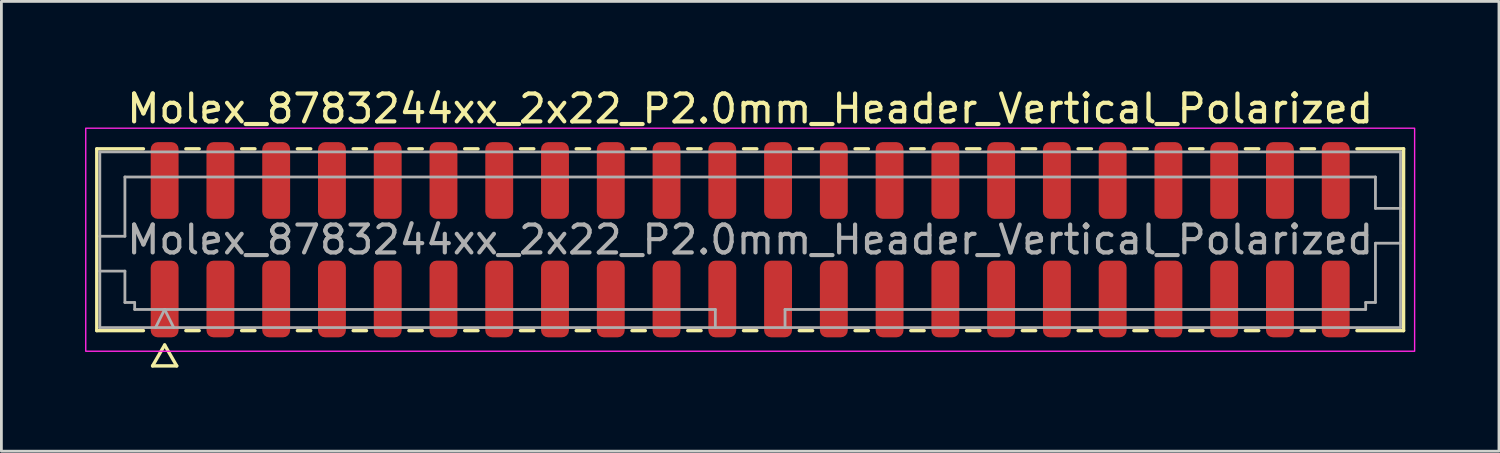
<source format=kicad_pcb>
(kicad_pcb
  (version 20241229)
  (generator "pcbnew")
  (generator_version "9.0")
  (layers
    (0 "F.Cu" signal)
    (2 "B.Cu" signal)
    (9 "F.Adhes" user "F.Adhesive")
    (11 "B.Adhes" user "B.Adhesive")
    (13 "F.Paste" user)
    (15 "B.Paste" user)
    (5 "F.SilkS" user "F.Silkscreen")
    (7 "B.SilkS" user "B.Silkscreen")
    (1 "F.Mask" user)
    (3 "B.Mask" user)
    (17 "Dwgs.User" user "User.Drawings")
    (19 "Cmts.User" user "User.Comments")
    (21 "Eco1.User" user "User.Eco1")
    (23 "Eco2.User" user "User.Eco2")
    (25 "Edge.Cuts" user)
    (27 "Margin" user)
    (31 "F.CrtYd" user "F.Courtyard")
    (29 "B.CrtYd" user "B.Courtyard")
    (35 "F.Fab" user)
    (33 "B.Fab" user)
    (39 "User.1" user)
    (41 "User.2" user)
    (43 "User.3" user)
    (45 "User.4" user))
  (footprint "Molex_8783244xx_2x22_P2.0mm_Header_Vertical_Polarized"
    (layer "F.Cu")
    (at 23.855 5.548)
    (property "Reference" "Molex_8783244xx_2x22_P2.0mm_Header_Vertical_Polarized" (at 0 -4.7 0) (layer "F.SilkS") (effects (font (size 1 1) (thickness 0.15))))
    (attr smd)
    (fp_line (start -23.435 -3.26) (end -21.76 -3.26) (stroke (width 0.12) (type solid)) (layer "F.SilkS"))
    (fp_line (start -23.435 3.26) (end -23.435 -3.26) (stroke (width 0.12) (type solid)) (layer "F.SilkS"))
    (fp_line (start -21.76 3.26) (end -23.435 3.26) (stroke (width 0.12) (type solid)) (layer "F.SilkS"))
    (fp_line (start -21.433 4.525) (end -21 3.775) (stroke (width 0.12) (type solid)) (layer "F.SilkS"))
    (fp_line (start -21 3.775) (end -20.567 4.525) (stroke (width 0.12) (type solid)) (layer "F.SilkS"))
    (fp_line (start -20.567 4.525) (end -21.433 4.525) (stroke (width 0.12) (type solid)) (layer "F.SilkS"))
    (fp_line (start -20.24 -3.26) (end -19.76 -3.26) (stroke (width 0.12) (type solid)) (layer "F.SilkS"))
    (fp_line (start -19.76 3.26) (end -20.24 3.26) (stroke (width 0.12) (type solid)) (layer "F.SilkS"))
    (fp_line (start -18.24 -3.26) (end -17.76 -3.26) (stroke (width 0.12) (type solid)) (layer "F.SilkS"))
    (fp_line (start -17.76 3.26) (end -18.24 3.26) (stroke (width 0.12) (type solid)) (layer "F.SilkS"))
    (fp_line (start -16.24 -3.26) (end -15.76 -3.26) (stroke (width 0.12) (type solid)) (layer "F.SilkS"))
    (fp_line (start -15.76 3.26) (end -16.24 3.26) (stroke (width 0.12) (type solid)) (layer "F.SilkS"))
    (fp_line (start -14.24 -3.26) (end -13.76 -3.26) (stroke (width 0.12) (type solid)) (layer "F.SilkS"))
    (fp_line (start -13.76 3.26) (end -14.24 3.26) (stroke (width 0.12) (type solid)) (layer "F.SilkS"))
    (fp_line (start -12.24 -3.26) (end -11.76 -3.26) (stroke (width 0.12) (type solid)) (layer "F.SilkS"))
    (fp_line (start -11.76 3.26) (end -12.24 3.26) (stroke (width 0.12) (type solid)) (layer "F.SilkS"))
    (fp_line (start -10.24 -3.26) (end -9.76 -3.26) (stroke (width 0.12) (type solid)) (layer "F.SilkS"))
    (fp_line (start -9.76 3.26) (end -10.24 3.26) (stroke (width 0.12) (type solid)) (layer "F.SilkS"))
    (fp_line (start -8.24 -3.26) (end -7.76 -3.26) (stroke (width 0.12) (type solid)) (layer "F.SilkS"))
    (fp_line (start -7.76 3.26) (end -8.24 3.26) (stroke (width 0.12) (type solid)) (layer "F.SilkS"))
    (fp_line (start -6.24 -3.26) (end -5.76 -3.26) (stroke (width 0.12) (type solid)) (layer "F.SilkS"))
    (fp_line (start -5.76 3.26) (end -6.24 3.26) (stroke (width 0.12) (type solid)) (layer "F.SilkS"))
    (fp_line (start -4.24 -3.26) (end -3.76 -3.26) (stroke (width 0.12) (type solid)) (layer "F.SilkS"))
    (fp_line (start -3.76 3.26) (end -4.24 3.26) (stroke (width 0.12) (type solid)) (layer "F.SilkS"))
    (fp_line (start -2.24 -3.26) (end -1.76 -3.26) (stroke (width 0.12) (type solid)) (layer "F.SilkS"))
    (fp_line (start -1.76 3.26) (end -2.24 3.26) (stroke (width 0.12) (type solid)) (layer "F.SilkS"))
    (fp_line (start -0.24 -3.26) (end 0.24 -3.26) (stroke (width 0.12) (type solid)) (layer "F.SilkS"))
    (fp_line (start 0.24 3.26) (end -0.24 3.26) (stroke (width 0.12) (type solid)) (layer "F.SilkS"))
    (fp_line (start 1.76 -3.26) (end 2.24 -3.26) (stroke (width 0.12) (type solid)) (layer "F.SilkS"))
    (fp_line (start 2.24 3.26) (end 1.76 3.26) (stroke (width 0.12) (type solid)) (layer "F.SilkS"))
    (fp_line (start 3.76 -3.26) (end 4.24 -3.26) (stroke (width 0.12) (type solid)) (layer "F.SilkS"))
    (fp_line (start 4.24 3.26) (end 3.76 3.26) (stroke (width 0.12) (type solid)) (layer "F.SilkS"))
    (fp_line (start 5.76 -3.26) (end 6.24 -3.26) (stroke (width 0.12) (type solid)) (layer "F.SilkS"))
    (fp_line (start 6.24 3.26) (end 5.76 3.26) (stroke (width 0.12) (type solid)) (layer "F.SilkS"))
    (fp_line (start 7.76 -3.26) (end 8.24 -3.26) (stroke (width 0.12) (type solid)) (layer "F.SilkS"))
    (fp_line (start 8.24 3.26) (end 7.76 3.26) (stroke (width 0.12) (type solid)) (layer "F.SilkS"))
    (fp_line (start 9.76 -3.26) (end 10.24 -3.26) (stroke (width 0.12) (type solid)) (layer "F.SilkS"))
    (fp_line (start 10.24 3.26) (end 9.76 3.26) (stroke (width 0.12) (type solid)) (layer "F.SilkS"))
    (fp_line (start 11.76 -3.26) (end 12.24 -3.26) (stroke (width 0.12) (type solid)) (layer "F.SilkS"))
    (fp_line (start 12.24 3.26) (end 11.76 3.26) (stroke (width 0.12) (type solid)) (layer "F.SilkS"))
    (fp_line (start 13.76 -3.26) (end 14.24 -3.26) (stroke (width 0.12) (type solid)) (layer "F.SilkS"))
    (fp_line (start 14.24 3.26) (end 13.76 3.26) (stroke (width 0.12) (type solid)) (layer "F.SilkS"))
    (fp_line (start 15.76 -3.26) (end 16.24 -3.26) (stroke (width 0.12) (type solid)) (layer "F.SilkS"))
    (fp_line (start 16.24 3.26) (end 15.76 3.26) (stroke (width 0.12) (type solid)) (layer "F.SilkS"))
    (fp_line (start 17.76 -3.26) (end 18.24 -3.26) (stroke (width 0.12) (type solid)) (layer "F.SilkS"))
    (fp_line (start 18.24 3.26) (end 17.76 3.26) (stroke (width 0.12) (type solid)) (layer "F.SilkS"))
    (fp_line (start 19.76 -3.26) (end 20.24 -3.26) (stroke (width 0.12) (type solid)) (layer "F.SilkS"))
    (fp_line (start 20.24 3.26) (end 19.76 3.26) (stroke (width 0.12) (type solid)) (layer "F.SilkS"))
    (fp_line (start 21.76 -3.26) (end 23.435 -3.26) (stroke (width 0.12) (type solid)) (layer "F.SilkS"))
    (fp_line (start 23.435 -3.26) (end 23.435 3.26) (stroke (width 0.12) (type solid)) (layer "F.SilkS"))
    (fp_line (start 23.435 3.26) (end 21.76 3.26) (stroke (width 0.12) (type solid)) (layer "F.SilkS"))
    (fp_rect (start -23.83 -4) (end 23.83 4) (stroke (width 0.05) (type solid)) (fill no) (layer "F.CrtYd"))
    (fp_line (start -23.325 -3.15) (end 23.325 -3.15) (stroke (width 0.1) (type solid)) (layer "F.Fab"))
    (fp_line (start -23.325 -0.125) (end -22.425 -0.125) (stroke (width 0.1) (type solid)) (layer "F.Fab"))
    (fp_line (start -23.325 1.125) (end -22.425 1.125) (stroke (width 0.1) (type solid)) (layer "F.Fab"))
    (fp_line (start -23.325 3.15) (end -23.325 -3.15) (stroke (width 0.1) (type solid)) (layer "F.Fab"))
    (fp_line (start -22.425 -2.25) (end 22.425 -2.25) (stroke (width 0.1) (type solid)) (layer "F.Fab"))
    (fp_line (start -22.425 -0.125) (end -22.425 -2.25) (stroke (width 0.1) (type solid)) (layer "F.Fab"))
    (fp_line (start -22.425 1.125) (end -22.425 2.25) (stroke (width 0.1) (type solid)) (layer "F.Fab"))
    (fp_line (start -22.425 2.25) (end -22.075 2.25) (stroke (width 0.1) (type solid)) (layer "F.Fab"))
    (fp_line (start -22.075 2.25) (end -22.075 2.5) (stroke (width 0.1) (type solid)) (layer "F.Fab"))
    (fp_line (start -22.075 2.5) (end -1.25 2.5) (stroke (width 0.1) (type solid)) (layer "F.Fab"))
    (fp_line (start -21.325 3.15) (end -21 2.5) (stroke (width 0.1) (type solid)) (layer "F.Fab"))
    (fp_line (start -21 2.5) (end -20.675 3.15) (stroke (width 0.1) (type solid)) (layer "F.Fab"))
    (fp_line (start -1.25 2.5) (end -1.25 3.15) (stroke (width 0.1) (type solid)) (layer "F.Fab"))
    (fp_line (start 1.25 2.5) (end 1.25 3.15) (stroke (width 0.1) (type solid)) (layer "F.Fab"))
    (fp_line (start 1.25 2.5) (end 22.075 2.5) (stroke (width 0.1) (type solid)) (layer "F.Fab"))
    (fp_line (start 22.075 2.25) (end 22.425 2.25) (stroke (width 0.1) (type solid)) (layer "F.Fab"))
    (fp_line (start 22.075 2.5) (end 22.075 2.25) (stroke (width 0.1) (type solid)) (layer "F.Fab"))
    (fp_line (start 22.425 -2.25) (end 22.425 -1.125) (stroke (width 0.1) (type solid)) (layer "F.Fab"))
    (fp_line (start 22.425 -1.125) (end 23.325 -1.125) (stroke (width 0.1) (type solid)) (layer "F.Fab"))
    (fp_line (start 22.425 0.125) (end 23.325 0.125) (stroke (width 0.1) (type solid)) (layer "F.Fab"))
    (fp_line (start 22.425 2.25) (end 22.425 0.125) (stroke (width 0.1) (type solid)) (layer "F.Fab"))
    (fp_line (start 23.325 -3.15) (end 23.325 3.15) (stroke (width 0.1) (type solid)) (layer "F.Fab"))
    (fp_line (start 23.325 3.15) (end -23.325 3.15) (stroke (width 0.1) (type solid)) (layer "F.Fab"))
    (fp_text user "${REFERENCE}" (at 0 0 0) (layer "F.Fab") (effects (font (size 1 1) (thickness 0.15))))
    (pad "1" smd roundrect (at -21 2.125) (size 1 2.75) (layers "F.Cu" "F.Mask" "F.Paste") (roundrect_rratio 0.25))
    (pad "2" smd roundrect (at -21 -2.125) (size 1 2.75) (layers "F.Cu" "F.Mask" "F.Paste") (roundrect_rratio 0.25))
    (pad "3" smd roundrect (at -19 2.125) (size 1 2.75) (layers "F.Cu" "F.Mask" "F.Paste") (roundrect_rratio 0.25))
    (pad "4" smd roundrect (at -19 -2.125) (size 1 2.75) (layers "F.Cu" "F.Mask" "F.Paste") (roundrect_rratio 0.25))
    (pad "5" smd roundrect (at -17 2.125) (size 1 2.75) (layers "F.Cu" "F.Mask" "F.Paste") (roundrect_rratio 0.25))
    (pad "6" smd roundrect (at -17 -2.125) (size 1 2.75) (layers "F.Cu" "F.Mask" "F.Paste") (roundrect_rratio 0.25))
    (pad "7" smd roundrect (at -15 2.125) (size 1 2.75) (layers "F.Cu" "F.Mask" "F.Paste") (roundrect_rratio 0.25))
    (pad "8" smd roundrect (at -15 -2.125) (size 1 2.75) (layers "F.Cu" "F.Mask" "F.Paste") (roundrect_rratio 0.25))
    (pad "9" smd roundrect (at -13 2.125) (size 1 2.75) (layers "F.Cu" "F.Mask" "F.Paste") (roundrect_rratio 0.25))
    (pad "10" smd roundrect (at -13 -2.125) (size 1 2.75) (layers "F.Cu" "F.Mask" "F.Paste") (roundrect_rratio 0.25))
    (pad "11" smd roundrect (at -11 2.125) (size 1 2.75) (layers "F.Cu" "F.Mask" "F.Paste") (roundrect_rratio 0.25))
    (pad "12" smd roundrect (at -11 -2.125) (size 1 2.75) (layers "F.Cu" "F.Mask" "F.Paste") (roundrect_rratio 0.25))
    (pad "13" smd roundrect (at -9 2.125) (size 1 2.75) (layers "F.Cu" "F.Mask" "F.Paste") (roundrect_rratio 0.25))
    (pad "14" smd roundrect (at -9 -2.125) (size 1 2.75) (layers "F.Cu" "F.Mask" "F.Paste") (roundrect_rratio 0.25))
    (pad "15" smd roundrect (at -7 2.125) (size 1 2.75) (layers "F.Cu" "F.Mask" "F.Paste") (roundrect_rratio 0.25))
    (pad "16" smd roundrect (at -7 -2.125) (size 1 2.75) (layers "F.Cu" "F.Mask" "F.Paste") (roundrect_rratio 0.25))
    (pad "17" smd roundrect (at -5 2.125) (size 1 2.75) (layers "F.Cu" "F.Mask" "F.Paste") (roundrect_rratio 0.25))
    (pad "18" smd roundrect (at -5 -2.125) (size 1 2.75) (layers "F.Cu" "F.Mask" "F.Paste") (roundrect_rratio 0.25))
    (pad "19" smd roundrect (at -3 2.125) (size 1 2.75) (layers "F.Cu" "F.Mask" "F.Paste") (roundrect_rratio 0.25))
    (pad "20" smd roundrect (at -3 -2.125) (size 1 2.75) (layers "F.Cu" "F.Mask" "F.Paste") (roundrect_rratio 0.25))
    (pad "21" smd roundrect (at -1 2.125) (size 1 2.75) (layers "F.Cu" "F.Mask" "F.Paste") (roundrect_rratio 0.25))
    (pad "22" smd roundrect (at -1 -2.125) (size 1 2.75) (layers "F.Cu" "F.Mask" "F.Paste") (roundrect_rratio 0.25))
    (pad "23" smd roundrect (at 1 2.125) (size 1 2.75) (layers "F.Cu" "F.Mask" "F.Paste") (roundrect_rratio 0.25))
    (pad "24" smd roundrect (at 1 -2.125) (size 1 2.75) (layers "F.Cu" "F.Mask" "F.Paste") (roundrect_rratio 0.25))
    (pad "25" smd roundrect (at 3 2.125) (size 1 2.75) (layers "F.Cu" "F.Mask" "F.Paste") (roundrect_rratio 0.25))
    (pad "26" smd roundrect (at 3 -2.125) (size 1 2.75) (layers "F.Cu" "F.Mask" "F.Paste") (roundrect_rratio 0.25))
    (pad "27" smd roundrect (at 5 2.125) (size 1 2.75) (layers "F.Cu" "F.Mask" "F.Paste") (roundrect_rratio 0.25))
    (pad "28" smd roundrect (at 5 -2.125) (size 1 2.75) (layers "F.Cu" "F.Mask" "F.Paste") (roundrect_rratio 0.25))
    (pad "29" smd roundrect (at 7 2.125) (size 1 2.75) (layers "F.Cu" "F.Mask" "F.Paste") (roundrect_rratio 0.25))
    (pad "30" smd roundrect (at 7 -2.125) (size 1 2.75) (layers "F.Cu" "F.Mask" "F.Paste") (roundrect_rratio 0.25))
    (pad "31" smd roundrect (at 9 2.125) (size 1 2.75) (layers "F.Cu" "F.Mask" "F.Paste") (roundrect_rratio 0.25))
    (pad "32" smd roundrect (at 9 -2.125) (size 1 2.75) (layers "F.Cu" "F.Mask" "F.Paste") (roundrect_rratio 0.25))
    (pad "33" smd roundrect (at 11 2.125) (size 1 2.75) (layers "F.Cu" "F.Mask" "F.Paste") (roundrect_rratio 0.25))
    (pad "34" smd roundrect (at 11 -2.125) (size 1 2.75) (layers "F.Cu" "F.Mask" "F.Paste") (roundrect_rratio 0.25))
    (pad "35" smd roundrect (at 13 2.125) (size 1 2.75) (layers "F.Cu" "F.Mask" "F.Paste") (roundrect_rratio 0.25))
    (pad "36" smd roundrect (at 13 -2.125) (size 1 2.75) (layers "F.Cu" "F.Mask" "F.Paste") (roundrect_rratio 0.25))
    (pad "37" smd roundrect (at 15 2.125) (size 1 2.75) (layers "F.Cu" "F.Mask" "F.Paste") (roundrect_rratio 0.25))
    (pad "38" smd roundrect (at 15 -2.125) (size 1 2.75) (layers "F.Cu" "F.Mask" "F.Paste") (roundrect_rratio 0.25))
    (pad "39" smd roundrect (at 17 2.125) (size 1 2.75) (layers "F.Cu" "F.Mask" "F.Paste") (roundrect_rratio 0.25))
    (pad "40" smd roundrect (at 17 -2.125) (size 1 2.75) (layers "F.Cu" "F.Mask" "F.Paste") (roundrect_rratio 0.25))
    (pad "41" smd roundrect (at 19 2.125) (size 1 2.75) (layers "F.Cu" "F.Mask" "F.Paste") (roundrect_rratio 0.25))
    (pad "42" smd roundrect (at 19 -2.125) (size 1 2.75) (layers "F.Cu" "F.Mask" "F.Paste") (roundrect_rratio 0.25))
    (pad "43" smd roundrect (at 21 2.125) (size 1 2.75) (layers "F.Cu" "F.Mask" "F.Paste") (roundrect_rratio 0.25))
    (pad "44" smd roundrect (at 21 -2.125) (size 1 2.75) (layers "F.Cu" "F.Mask" "F.Paste") (roundrect_rratio 0.25)))
  (gr_rect
    (start -3 -3)
    (end 50.71 13.133)
    (stroke (width 0.1) (type default))
    (fill no)
    (layer "Edge.Cuts")))
</source>
